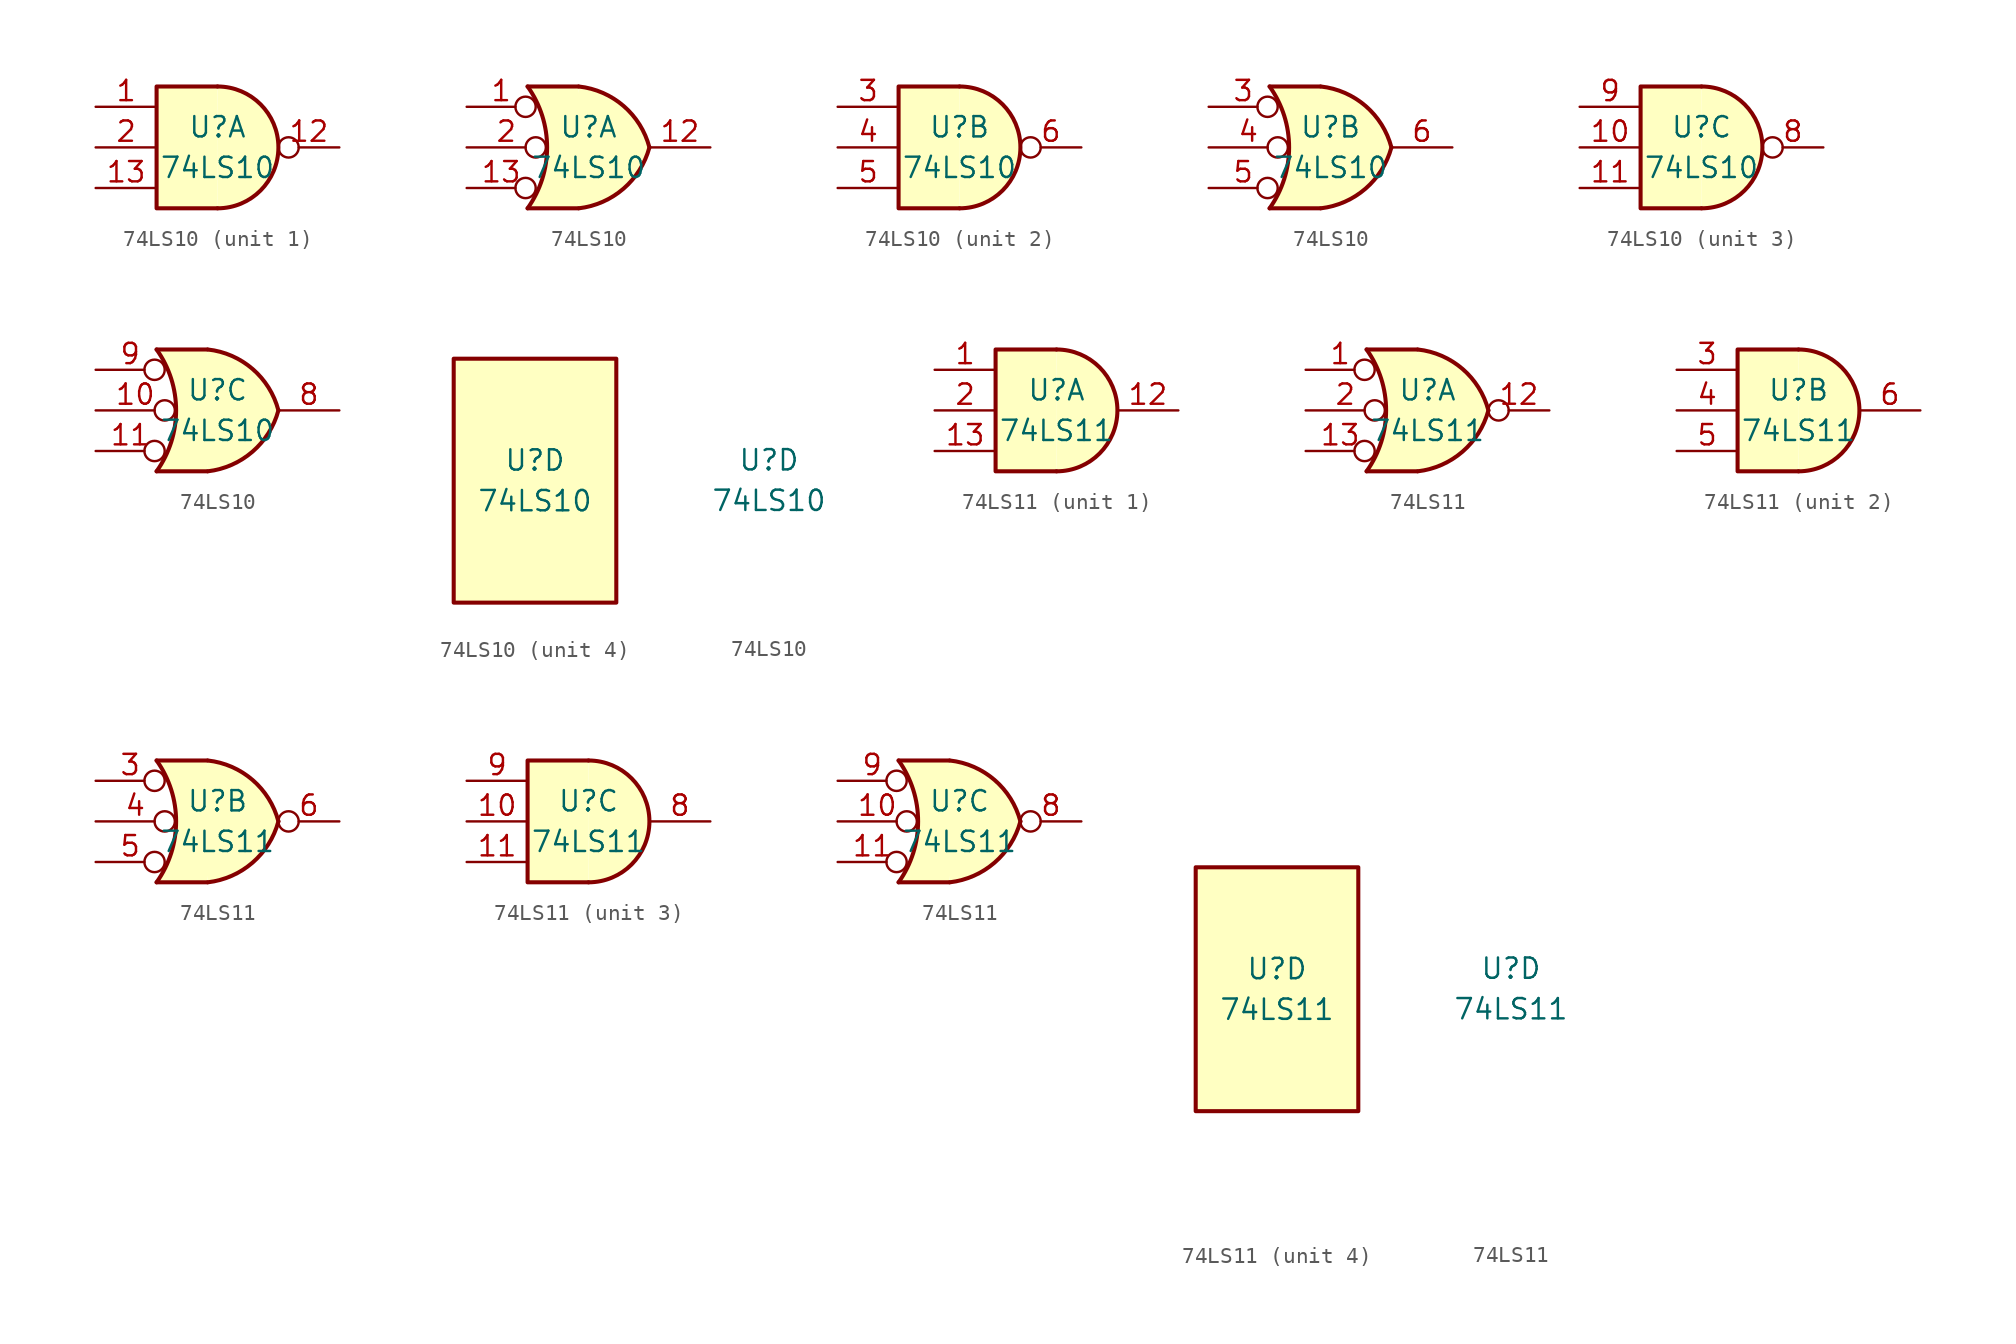
<source format=kicad_sym>
(kicad_symbol_lib
  (version 20211014)
  (generator kicad_symbol_editor)
  (symbol "74LS10"
    (pin_names
      (offset 1.016))
    (property "Reference" "U"
      (at 0 1.27 0)
      (effects (font (size 1.27 1.27))))
    (property "Value" "74LS10"
      (at 0 -1.27 0)
      (effects (font (size 1.27 1.27))))
    (property "ki_locked" ""
      (at 0 0 0)
      (effects (font (size 1.27 1.27))))
    (symbol "74LS10_1_1"
      (arc (start 0 -3.81) (mid 3.81 0) (end 0 3.81) (stroke (width 0.254) (type default) (color 0 0 0 0)) (fill (type background)))
      (polyline (pts (xy 0 3.81) (xy -3.81 3.81) (xy -3.81 -3.81) (xy 0 -3.81)) (stroke (width 0.254) (type default) (color 0 0 0 0)) (fill (type background)))
      (pin input line (at -7.62 2.54 0) (length 3.81) (name "~" (effects (font (size 1.27 1.27)))) (number "1" (effects (font (size 1.27 1.27)))))
      (pin output inverted (at 7.62 0 180) (length 3.81) (name "~" (effects (font (size 1.27 1.27)))) (number "12" (effects (font (size 1.27 1.27)))))
      (pin input line (at -7.62 -2.54 0) (length 3.81) (name "~" (effects (font (size 1.27 1.27)))) (number "13" (effects (font (size 1.27 1.27)))))
      (pin input line (at -7.62 0 0) (length 3.81) (name "~" (effects (font (size 1.27 1.27)))) (number "2" (effects (font (size 1.27 1.27))))))
    (symbol "74LS10_1_2"
      (arc (start -3.81 -3.81) (mid -2.589 0) (end -3.81 3.81) (stroke (width 0.254) (type default) (color 0 0 0 0)) (fill (type none)))
      (arc (start -0.6096 -3.81) (mid 2.1842 -2.5851) (end 3.81 0) (stroke (width 0.254) (type default) (color 0 0 0 0)) (fill (type background)))
      (polyline (pts (xy -3.81 -3.81) (xy -0.635 -3.81)) (stroke (width 0.254) (type default) (color 0 0 0 0)) (fill (type background)))
      (polyline (pts (xy -3.81 3.81) (xy -0.635 3.81)) (stroke (width 0.254) (type default) (color 0 0 0 0)) (fill (type background)))
      (polyline (pts (xy -0.635 3.81) (xy -3.81 3.81) (xy -3.81 3.81) (xy -3.556 3.404) (xy -3.023 2.261) (xy -2.692 1.041) (xy -2.616 -0.254) (xy -2.769 -1.499) (xy -3.175 -2.718) (xy -3.81 -3.81) (xy -3.81 -3.81) (xy -0.635 -3.81)) (stroke (width -25.4) (type default) (color 0 0 0 0)) (fill (type background)))
      (arc (start 3.81 0) (mid 2.1915 2.5936) (end -0.6096 3.81) (stroke (width 0.254) (type default) (color 0 0 0 0)) (fill (type background)))
      (pin input inverted (at -7.62 2.54 0) (length 4.318) (name "~" (effects (font (size 1.27 1.27)))) (number "1" (effects (font (size 1.27 1.27)))))
      (pin output line (at 7.62 0 180) (length 3.81) (name "~" (effects (font (size 1.27 1.27)))) (number "12" (effects (font (size 1.27 1.27)))))
      (pin input inverted (at -7.62 -2.54 0) (length 4.318) (name "~" (effects (font (size 1.27 1.27)))) (number "13" (effects (font (size 1.27 1.27)))))
      (pin input inverted (at -7.62 0 0) (length 4.953) (name "~" (effects (font (size 1.27 1.27)))) (number "2" (effects (font (size 1.27 1.27))))))
    (symbol "74LS10_2_1"
      (arc (start 0 -3.81) (mid 3.81 0) (end 0 3.81) (stroke (width 0.254) (type default) (color 0 0 0 0)) (fill (type background)))
      (polyline (pts (xy 0 3.81) (xy -3.81 3.81) (xy -3.81 -3.81) (xy 0 -3.81)) (stroke (width 0.254) (type default) (color 0 0 0 0)) (fill (type background)))
      (pin input line (at -7.62 2.54 0) (length 3.81) (name "~" (effects (font (size 1.27 1.27)))) (number "3" (effects (font (size 1.27 1.27)))))
      (pin input line (at -7.62 0 0) (length 3.81) (name "~" (effects (font (size 1.27 1.27)))) (number "4" (effects (font (size 1.27 1.27)))))
      (pin input line (at -7.62 -2.54 0) (length 3.81) (name "~" (effects (font (size 1.27 1.27)))) (number "5" (effects (font (size 1.27 1.27)))))
      (pin output inverted (at 7.62 0 180) (length 3.81) (name "~" (effects (font (size 1.27 1.27)))) (number "6" (effects (font (size 1.27 1.27))))))
    (symbol "74LS10_2_2"
      (arc (start -3.81 -3.81) (mid -2.589 0) (end -3.81 3.81) (stroke (width 0.254) (type default) (color 0 0 0 0)) (fill (type none)))
      (arc (start -0.6096 -3.81) (mid 2.1842 -2.5851) (end 3.81 0) (stroke (width 0.254) (type default) (color 0 0 0 0)) (fill (type background)))
      (polyline (pts (xy -3.81 -3.81) (xy -0.635 -3.81)) (stroke (width 0.254) (type default) (color 0 0 0 0)) (fill (type background)))
      (polyline (pts (xy -3.81 3.81) (xy -0.635 3.81)) (stroke (width 0.254) (type default) (color 0 0 0 0)) (fill (type background)))
      (polyline (pts (xy -0.635 3.81) (xy -3.81 3.81) (xy -3.81 3.81) (xy -3.556 3.404) (xy -3.023 2.261) (xy -2.692 1.041) (xy -2.616 -0.254) (xy -2.769 -1.499) (xy -3.175 -2.718) (xy -3.81 -3.81) (xy -3.81 -3.81) (xy -0.635 -3.81)) (stroke (width -25.4) (type default) (color 0 0 0 0)) (fill (type background)))
      (arc (start 3.81 0) (mid 2.1915 2.5936) (end -0.6096 3.81) (stroke (width 0.254) (type default) (color 0 0 0 0)) (fill (type background)))
      (pin input inverted (at -7.62 2.54 0) (length 4.318) (name "~" (effects (font (size 1.27 1.27)))) (number "3" (effects (font (size 1.27 1.27)))))
      (pin input inverted (at -7.62 0 0) (length 4.953) (name "~" (effects (font (size 1.27 1.27)))) (number "4" (effects (font (size 1.27 1.27)))))
      (pin input inverted (at -7.62 -2.54 0) (length 4.318) (name "~" (effects (font (size 1.27 1.27)))) (number "5" (effects (font (size 1.27 1.27)))))
      (pin output line (at 7.62 0 180) (length 3.81) (name "~" (effects (font (size 1.27 1.27)))) (number "6" (effects (font (size 1.27 1.27))))))
    (symbol "74LS10_3_1"
      (arc (start 0 -3.81) (mid 3.81 0) (end 0 3.81) (stroke (width 0.254) (type default) (color 0 0 0 0)) (fill (type background)))
      (polyline (pts (xy 0 3.81) (xy -3.81 3.81) (xy -3.81 -3.81) (xy 0 -3.81)) (stroke (width 0.254) (type default) (color 0 0 0 0)) (fill (type background)))
      (pin input line (at -7.62 0 0) (length 3.81) (name "~" (effects (font (size 1.27 1.27)))) (number "10" (effects (font (size 1.27 1.27)))))
      (pin input line (at -7.62 -2.54 0) (length 3.81) (name "~" (effects (font (size 1.27 1.27)))) (number "11" (effects (font (size 1.27 1.27)))))
      (pin output inverted (at 7.62 0 180) (length 3.81) (name "~" (effects (font (size 1.27 1.27)))) (number "8" (effects (font (size 1.27 1.27)))))
      (pin input line (at -7.62 2.54 0) (length 3.81) (name "~" (effects (font (size 1.27 1.27)))) (number "9" (effects (font (size 1.27 1.27))))))
    (symbol "74LS10_3_2"
      (arc (start -3.81 -3.81) (mid -2.589 0) (end -3.81 3.81) (stroke (width 0.254) (type default) (color 0 0 0 0)) (fill (type none)))
      (arc (start -0.6096 -3.81) (mid 2.1842 -2.5851) (end 3.81 0) (stroke (width 0.254) (type default) (color 0 0 0 0)) (fill (type background)))
      (polyline (pts (xy -3.81 -3.81) (xy -0.635 -3.81)) (stroke (width 0.254) (type default) (color 0 0 0 0)) (fill (type background)))
      (polyline (pts (xy -3.81 3.81) (xy -0.635 3.81)) (stroke (width 0.254) (type default) (color 0 0 0 0)) (fill (type background)))
      (polyline (pts (xy -0.635 3.81) (xy -3.81 3.81) (xy -3.81 3.81) (xy -3.556 3.404) (xy -3.023 2.261) (xy -2.692 1.041) (xy -2.616 -0.254) (xy -2.769 -1.499) (xy -3.175 -2.718) (xy -3.81 -3.81) (xy -3.81 -3.81) (xy -0.635 -3.81)) (stroke (width -25.4) (type default) (color 0 0 0 0)) (fill (type background)))
      (arc (start 3.81 0) (mid 2.1915 2.5936) (end -0.6096 3.81) (stroke (width 0.254) (type default) (color 0 0 0 0)) (fill (type background)))
      (pin input inverted (at -7.62 0 0) (length 4.953) (name "~" (effects (font (size 1.27 1.27)))) (number "10" (effects (font (size 1.27 1.27)))))
      (pin input inverted (at -7.62 -2.54 0) (length 4.318) (name "~" (effects (font (size 1.27 1.27)))) (number "11" (effects (font (size 1.27 1.27)))))
      (pin output line (at 7.62 0 180) (length 3.81) (name "~" (effects (font (size 1.27 1.27)))) (number "8" (effects (font (size 1.27 1.27)))))
      (pin input inverted (at -7.62 2.54 0) (length 4.318) (name "~" (effects (font (size 1.27 1.27)))) (number "9" (effects (font (size 1.27 1.27))))))
    (symbol "74LS10_4_0"
      (pin power_in line (at 0 7.62 270) (length 5.08) hide (name "VCC" (effects (font (size 1.27 1.27)))) (number "14" (effects (font (size 1.27 1.27)))))
      (pin power_in line (at 0 -7.62 90) (length 5.08) hide (name "VSS" (effects (font (size 1.27 1.27)))) (number "7" (effects (font (size 1.27 1.27))))))
    (symbol "74LS10_4_1"
      (rectangle (start -5.08 7.62) (end 5.08 -7.62) (stroke (width 0.254) (type default) (color 0 0 0 0)) (fill (type background)))))
  (symbol "74LS11"
    (pin_names
      (offset 1.016))
    (property "Reference" "U"
      (at 0 1.27 0)
      (effects (font (size 1.27 1.27))))
    (property "Value" "74LS11"
      (at 0 -1.27 0)
      (effects (font (size 1.27 1.27))))
    (property "ki_locked" ""
      (at 0 0 0)
      (effects (font (size 1.27 1.27))))
    (symbol "74LS11_1_1"
      (arc (start 0 -3.81) (mid 3.81 0) (end 0 3.81) (stroke (width 0.254) (type default) (color 0 0 0 0)) (fill (type background)))
      (polyline (pts (xy 0 3.81) (xy -3.81 3.81) (xy -3.81 -3.81) (xy 0 -3.81)) (stroke (width 0.254) (type default) (color 0 0 0 0)) (fill (type background)))
      (pin input line (at -7.62 2.54 0) (length 3.81) (name "~" (effects (font (size 1.27 1.27)))) (number "1" (effects (font (size 1.27 1.27)))))
      (pin output line (at 7.62 0 180) (length 3.81) (name "~" (effects (font (size 1.27 1.27)))) (number "12" (effects (font (size 1.27 1.27)))))
      (pin input line (at -7.62 -2.54 0) (length 3.81) (name "~" (effects (font (size 1.27 1.27)))) (number "13" (effects (font (size 1.27 1.27)))))
      (pin input line (at -7.62 0 0) (length 3.81) (name "~" (effects (font (size 1.27 1.27)))) (number "2" (effects (font (size 1.27 1.27))))))
    (symbol "74LS11_1_2"
      (arc (start -3.81 -3.81) (mid -2.589 0) (end -3.81 3.81) (stroke (width 0.254) (type default) (color 0 0 0 0)) (fill (type none)))
      (arc (start -0.6096 -3.81) (mid 2.1842 -2.5851) (end 3.81 0) (stroke (width 0.254) (type default) (color 0 0 0 0)) (fill (type background)))
      (polyline (pts (xy -3.81 -3.81) (xy -0.635 -3.81)) (stroke (width 0.254) (type default) (color 0 0 0 0)) (fill (type background)))
      (polyline (pts (xy -3.81 3.81) (xy -0.635 3.81)) (stroke (width 0.254) (type default) (color 0 0 0 0)) (fill (type background)))
      (polyline (pts (xy -0.635 3.81) (xy -3.81 3.81) (xy -3.81 3.81) (xy -3.556 3.404) (xy -3.023 2.261) (xy -2.692 1.041) (xy -2.616 -0.254) (xy -2.769 -1.499) (xy -3.175 -2.718) (xy -3.81 -3.81) (xy -3.81 -3.81) (xy -0.635 -3.81)) (stroke (width -25.4) (type default) (color 0 0 0 0)) (fill (type background)))
      (arc (start 3.81 0) (mid 2.1915 2.5936) (end -0.6096 3.81) (stroke (width 0.254) (type default) (color 0 0 0 0)) (fill (type background)))
      (pin input inverted (at -7.62 2.54 0) (length 4.318) (name "~" (effects (font (size 1.27 1.27)))) (number "1" (effects (font (size 1.27 1.27)))))
      (pin output inverted (at 7.62 0 180) (length 3.81) (name "~" (effects (font (size 1.27 1.27)))) (number "12" (effects (font (size 1.27 1.27)))))
      (pin input inverted (at -7.62 -2.54 0) (length 4.318) (name "~" (effects (font (size 1.27 1.27)))) (number "13" (effects (font (size 1.27 1.27)))))
      (pin input inverted (at -7.62 0 0) (length 4.953) (name "~" (effects (font (size 1.27 1.27)))) (number "2" (effects (font (size 1.27 1.27))))))
    (symbol "74LS11_2_1"
      (arc (start 0 -3.81) (mid 3.81 0) (end 0 3.81) (stroke (width 0.254) (type default) (color 0 0 0 0)) (fill (type background)))
      (polyline (pts (xy 0 3.81) (xy -3.81 3.81) (xy -3.81 -3.81) (xy 0 -3.81)) (stroke (width 0.254) (type default) (color 0 0 0 0)) (fill (type background)))
      (pin input line (at -7.62 2.54 0) (length 3.81) (name "~" (effects (font (size 1.27 1.27)))) (number "3" (effects (font (size 1.27 1.27)))))
      (pin input line (at -7.62 0 0) (length 3.81) (name "~" (effects (font (size 1.27 1.27)))) (number "4" (effects (font (size 1.27 1.27)))))
      (pin input line (at -7.62 -2.54 0) (length 3.81) (name "~" (effects (font (size 1.27 1.27)))) (number "5" (effects (font (size 1.27 1.27)))))
      (pin output line (at 7.62 0 180) (length 3.81) (name "~" (effects (font (size 1.27 1.27)))) (number "6" (effects (font (size 1.27 1.27))))))
    (symbol "74LS11_2_2"
      (arc (start -3.81 -3.81) (mid -2.589 0) (end -3.81 3.81) (stroke (width 0.254) (type default) (color 0 0 0 0)) (fill (type none)))
      (arc (start -0.6096 -3.81) (mid 2.1842 -2.5851) (end 3.81 0) (stroke (width 0.254) (type default) (color 0 0 0 0)) (fill (type background)))
      (polyline (pts (xy -3.81 -3.81) (xy -0.635 -3.81)) (stroke (width 0.254) (type default) (color 0 0 0 0)) (fill (type background)))
      (polyline (pts (xy -3.81 3.81) (xy -0.635 3.81)) (stroke (width 0.254) (type default) (color 0 0 0 0)) (fill (type background)))
      (polyline (pts (xy -0.635 3.81) (xy -3.81 3.81) (xy -3.81 3.81) (xy -3.556 3.404) (xy -3.023 2.261) (xy -2.692 1.041) (xy -2.616 -0.254) (xy -2.769 -1.499) (xy -3.175 -2.718) (xy -3.81 -3.81) (xy -3.81 -3.81) (xy -0.635 -3.81)) (stroke (width -25.4) (type default) (color 0 0 0 0)) (fill (type background)))
      (arc (start 3.81 0) (mid 2.1915 2.5936) (end -0.6096 3.81) (stroke (width 0.254) (type default) (color 0 0 0 0)) (fill (type background)))
      (pin input inverted (at -7.62 2.54 0) (length 4.318) (name "~" (effects (font (size 1.27 1.27)))) (number "3" (effects (font (size 1.27 1.27)))))
      (pin input inverted (at -7.62 0 0) (length 4.953) (name "~" (effects (font (size 1.27 1.27)))) (number "4" (effects (font (size 1.27 1.27)))))
      (pin input inverted (at -7.62 -2.54 0) (length 4.318) (name "~" (effects (font (size 1.27 1.27)))) (number "5" (effects (font (size 1.27 1.27)))))
      (pin output inverted (at 7.62 0 180) (length 3.81) (name "~" (effects (font (size 1.27 1.27)))) (number "6" (effects (font (size 1.27 1.27))))))
    (symbol "74LS11_3_1"
      (arc (start 0 -3.81) (mid 3.81 0) (end 0 3.81) (stroke (width 0.254) (type default) (color 0 0 0 0)) (fill (type background)))
      (polyline (pts (xy 0 3.81) (xy -3.81 3.81) (xy -3.81 -3.81) (xy 0 -3.81)) (stroke (width 0.254) (type default) (color 0 0 0 0)) (fill (type background)))
      (pin input line (at -7.62 0 0) (length 3.81) (name "~" (effects (font (size 1.27 1.27)))) (number "10" (effects (font (size 1.27 1.27)))))
      (pin input line (at -7.62 -2.54 0) (length 3.81) (name "~" (effects (font (size 1.27 1.27)))) (number "11" (effects (font (size 1.27 1.27)))))
      (pin output line (at 7.62 0 180) (length 3.81) (name "~" (effects (font (size 1.27 1.27)))) (number "8" (effects (font (size 1.27 1.27)))))
      (pin input line (at -7.62 2.54 0) (length 3.81) (name "~" (effects (font (size 1.27 1.27)))) (number "9" (effects (font (size 1.27 1.27))))))
    (symbol "74LS11_3_2"
      (arc (start -3.81 -3.81) (mid -2.589 0) (end -3.81 3.81) (stroke (width 0.254) (type default) (color 0 0 0 0)) (fill (type none)))
      (arc (start -0.6096 -3.81) (mid 2.1842 -2.5851) (end 3.81 0) (stroke (width 0.254) (type default) (color 0 0 0 0)) (fill (type background)))
      (polyline (pts (xy -3.81 -3.81) (xy -0.635 -3.81)) (stroke (width 0.254) (type default) (color 0 0 0 0)) (fill (type background)))
      (polyline (pts (xy -3.81 3.81) (xy -0.635 3.81)) (stroke (width 0.254) (type default) (color 0 0 0 0)) (fill (type background)))
      (polyline (pts (xy -0.635 3.81) (xy -3.81 3.81) (xy -3.81 3.81) (xy -3.556 3.404) (xy -3.023 2.261) (xy -2.692 1.041) (xy -2.616 -0.254) (xy -2.769 -1.499) (xy -3.175 -2.718) (xy -3.81 -3.81) (xy -3.81 -3.81) (xy -0.635 -3.81)) (stroke (width -25.4) (type default) (color 0 0 0 0)) (fill (type background)))
      (arc (start 3.81 0) (mid 2.1915 2.5936) (end -0.6096 3.81) (stroke (width 0.254) (type default) (color 0 0 0 0)) (fill (type background)))
      (pin input inverted (at -7.62 0 0) (length 4.953) (name "~" (effects (font (size 1.27 1.27)))) (number "10" (effects (font (size 1.27 1.27)))))
      (pin input inverted (at -7.62 -2.54 0) (length 4.318) (name "~" (effects (font (size 1.27 1.27)))) (number "11" (effects (font (size 1.27 1.27)))))
      (pin output inverted (at 7.62 0 180) (length 3.81) (name "~" (effects (font (size 1.27 1.27)))) (number "8" (effects (font (size 1.27 1.27)))))
      (pin input inverted (at -7.62 2.54 0) (length 4.318) (name "~" (effects (font (size 1.27 1.27)))) (number "9" (effects (font (size 1.27 1.27))))))
    (symbol "74LS11_4_0"
      (pin input line (at 0 12.7 270) (length 5.08) hide (name "VCC" (effects (font (size 1.27 1.27)))) (number "14" (effects (font (size 1.27 1.27)))))
      (pin input line (at 0 -12.7 90) (length 5.08) hide (name "GND" (effects (font (size 1.27 1.27)))) (number "7" (effects (font (size 1.27 1.27))))))
    (symbol "74LS11_4_1"
      (rectangle (start -5.08 7.62) (end 5.08 -7.62) (stroke (width 0.254) (type default) (color 0 0 0 0)) (fill (type background))))))
</source>
